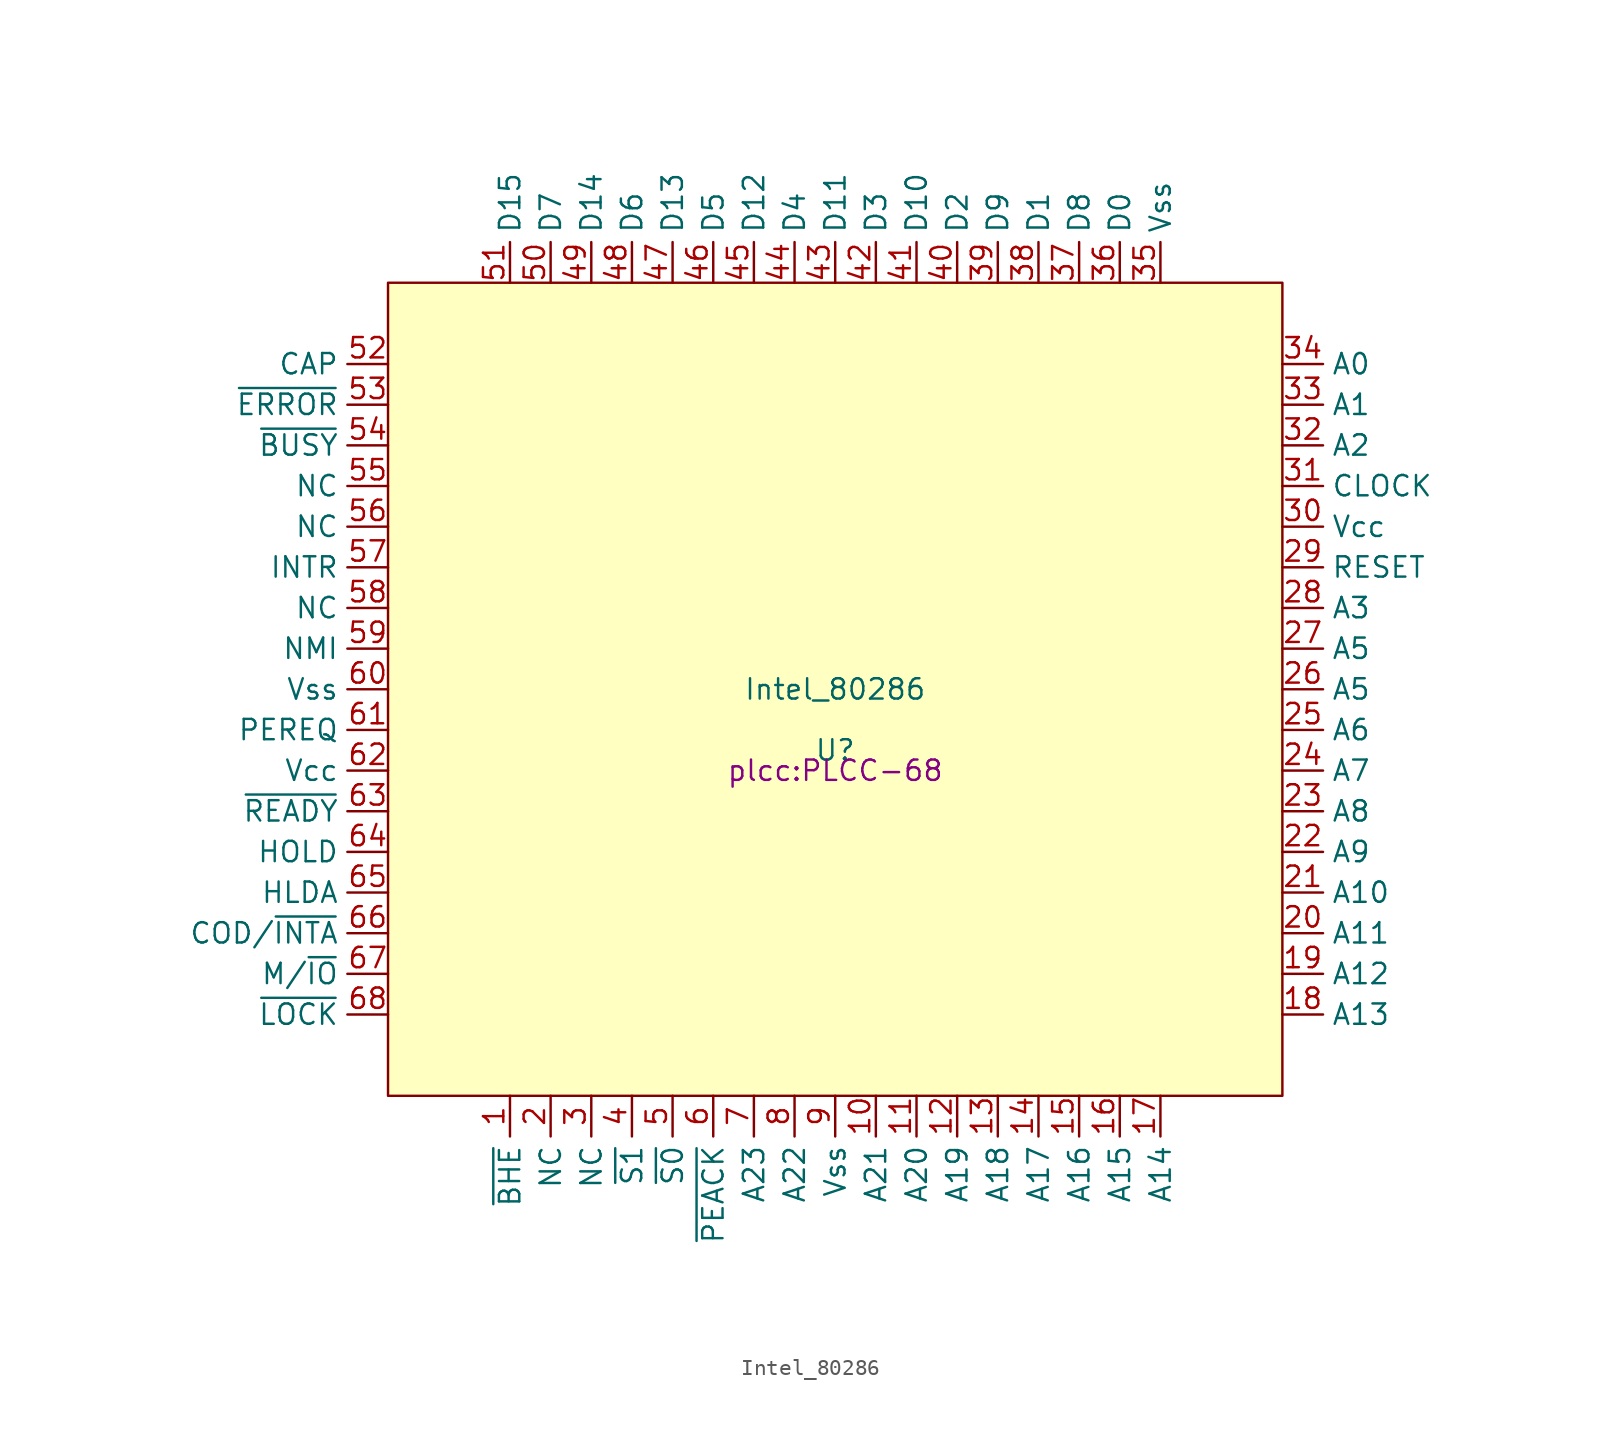
<source format=kicad_sym>
(kicad_symbol_lib
  (version 20241209)
  (generator "kicad_symbol_editor")
  (generator_version "9.0")
  (symbol "Intel_80286"
    (property "Reference" "U"
      (at -1.27 -3.81 0)
      (effects (font (size 1.27 1.27))))
    (property "Value" "Intel_80286"
      (at -1.27 0 0)
      (effects (font (size 1.27 1.27))))
    (property "Footprint" "plcc:PLCC-68"
      (at -1.27 -5.08 0)
      (effects (font (size 1.27 1.27))))
    (symbol "Intel_80286_0_1"
      (rectangle (start -29.21 25.4) (end 26.67 -25.4) (stroke (width 0) (type default)) (fill (type background))))
    (symbol "Intel_80286_1_1"
      (pin input line (at -29.21 20.32 180) (length 2.54) (name "CAP" (effects (font (size 1.27 1.27)))) (number "52" (effects (font (size 1.27 1.27)))))
      (pin input line (at -29.21 17.78 180) (length 2.54) (name "~{ERROR}" (effects (font (size 1.27 1.27)))) (number "53" (effects (font (size 1.27 1.27)))))
      (pin input line (at -29.21 15.24 180) (length 2.54) (name "~{BUSY}" (effects (font (size 1.27 1.27)))) (number "54" (effects (font (size 1.27 1.27)))))
      (pin input line (at -29.21 12.7 180) (length 2.54) (name "NC" (effects (font (size 1.27 1.27)))) (number "55" (effects (font (size 1.27 1.27)))))
      (pin input line (at -29.21 10.16 180) (length 2.54) (name "NC" (effects (font (size 1.27 1.27)))) (number "56" (effects (font (size 1.27 1.27)))))
      (pin input line (at -29.21 7.62 180) (length 2.54) (name "INTR" (effects (font (size 1.27 1.27)))) (number "57" (effects (font (size 1.27 1.27)))))
      (pin input line (at -29.21 5.08 180) (length 2.54) (name "NC" (effects (font (size 1.27 1.27)))) (number "58" (effects (font (size 1.27 1.27)))))
      (pin input line (at -29.21 2.54 180) (length 2.54) (name "NMI" (effects (font (size 1.27 1.27)))) (number "59" (effects (font (size 1.27 1.27)))))
      (pin power_in line (at -29.21 0 180) (length 2.54) (name "Vss" (effects (font (size 1.27 1.27)))) (number "60" (effects (font (size 1.27 1.27)))))
      (pin input line (at -29.21 -2.54 180) (length 2.54) (name "PEREQ" (effects (font (size 1.27 1.27)))) (number "61" (effects (font (size 1.27 1.27)))))
      (pin power_in line (at -29.21 -5.08 180) (length 2.54) (name "Vcc" (effects (font (size 1.27 1.27)))) (number "62" (effects (font (size 1.27 1.27)))))
      (pin input line (at -29.21 -7.62 180) (length 2.54) (name "~{READY}" (effects (font (size 1.27 1.27)))) (number "63" (effects (font (size 1.27 1.27)))))
      (pin input line (at -29.21 -10.16 180) (length 2.54) (name "HOLD" (effects (font (size 1.27 1.27)))) (number "64" (effects (font (size 1.27 1.27)))))
      (pin output line (at -29.21 -12.7 180) (length 2.54) (name "HLDA" (effects (font (size 1.27 1.27)))) (number "65" (effects (font (size 1.27 1.27)))))
      (pin output line (at -29.21 -15.24 180) (length 2.54) (name "COD/~{INTA}" (effects (font (size 1.27 1.27)))) (number "66" (effects (font (size 1.27 1.27)))))
      (pin output line (at -29.21 -17.78 180) (length 2.54) (name "M/~{IO}" (effects (font (size 1.27 1.27)))) (number "67" (effects (font (size 1.27 1.27)))))
      (pin output line (at -29.21 -20.32 180) (length 2.54) (name "~{LOCK}" (effects (font (size 1.27 1.27)))) (number "68" (effects (font (size 1.27 1.27)))))
      (pin bidirectional line (at -21.59 25.4 90) (length 2.54) (name "D15" (effects (font (size 1.27 1.27)))) (number "51" (effects (font (size 1.27 1.27)))))
      (pin output line (at -21.59 -25.4 270) (length 2.54) (name "~{BHE}" (effects (font (size 1.27 1.27)))) (number "1" (effects (font (size 1.27 1.27)))))
      (pin bidirectional line (at -19.05 25.4 90) (length 2.54) (name "D7" (effects (font (size 1.27 1.27)))) (number "50" (effects (font (size 1.27 1.27)))))
      (pin input line (at -19.05 -25.4 270) (length 2.54) (name "NC" (effects (font (size 1.27 1.27)))) (number "2" (effects (font (size 1.27 1.27)))))
      (pin bidirectional line (at -16.51 25.4 90) (length 2.54) (name "D14" (effects (font (size 1.27 1.27)))) (number "49" (effects (font (size 1.27 1.27)))))
      (pin input line (at -16.51 -25.4 270) (length 2.54) (name "NC" (effects (font (size 1.27 1.27)))) (number "3" (effects (font (size 1.27 1.27)))))
      (pin bidirectional line (at -13.97 25.4 90) (length 2.54) (name "D6" (effects (font (size 1.27 1.27)))) (number "48" (effects (font (size 1.27 1.27)))))
      (pin output line (at -13.97 -25.4 270) (length 2.54) (name "~{S1}" (effects (font (size 1.27 1.27)))) (number "4" (effects (font (size 1.27 1.27)))))
      (pin bidirectional line (at -11.43 25.4 90) (length 2.54) (name "D13" (effects (font (size 1.27 1.27)))) (number "47" (effects (font (size 1.27 1.27)))))
      (pin output line (at -11.43 -25.4 270) (length 2.54) (name "~{S0}" (effects (font (size 1.27 1.27)))) (number "5" (effects (font (size 1.27 1.27)))))
      (pin bidirectional line (at -8.89 25.4 90) (length 2.54) (name "D5" (effects (font (size 1.27 1.27)))) (number "46" (effects (font (size 1.27 1.27)))))
      (pin output line (at -8.89 -25.4 270) (length 2.54) (name "~{PEACK}" (effects (font (size 1.27 1.27)))) (number "6" (effects (font (size 1.27 1.27)))))
      (pin bidirectional line (at -6.35 25.4 90) (length 2.54) (name "D12" (effects (font (size 1.27 1.27)))) (number "45" (effects (font (size 1.27 1.27)))))
      (pin output line (at -6.35 -25.4 270) (length 2.54) (name "A23" (effects (font (size 1.27 1.27)))) (number "7" (effects (font (size 1.27 1.27)))))
      (pin bidirectional line (at -3.81 25.4 90) (length 2.54) (name "D4" (effects (font (size 1.27 1.27)))) (number "44" (effects (font (size 1.27 1.27)))))
      (pin output line (at -3.81 -25.4 270) (length 2.54) (name "A22" (effects (font (size 1.27 1.27)))) (number "8" (effects (font (size 1.27 1.27)))))
      (pin bidirectional line (at -1.27 25.4 90) (length 2.54) (name "D11" (effects (font (size 1.27 1.27)))) (number "43" (effects (font (size 1.27 1.27)))))
      (pin power_in line (at -1.27 -25.4 270) (length 2.54) (name "Vss" (effects (font (size 1.27 1.27)))) (number "9" (effects (font (size 1.27 1.27)))))
      (pin bidirectional line (at 1.27 25.4 90) (length 2.54) (name "D3" (effects (font (size 1.27 1.27)))) (number "42" (effects (font (size 1.27 1.27)))))
      (pin output line (at 1.27 -25.4 270) (length 2.54) (name "A21" (effects (font (size 1.27 1.27)))) (number "10" (effects (font (size 1.27 1.27)))))
      (pin bidirectional line (at 3.81 25.4 90) (length 2.54) (name "D10" (effects (font (size 1.27 1.27)))) (number "41" (effects (font (size 1.27 1.27)))))
      (pin output line (at 3.81 -25.4 270) (length 2.54) (name "A20" (effects (font (size 1.27 1.27)))) (number "11" (effects (font (size 1.27 1.27)))))
      (pin bidirectional line (at 6.35 25.4 90) (length 2.54) (name "D2" (effects (font (size 1.27 1.27)))) (number "40" (effects (font (size 1.27 1.27)))))
      (pin output line (at 6.35 -25.4 270) (length 2.54) (name "A19" (effects (font (size 1.27 1.27)))) (number "12" (effects (font (size 1.27 1.27)))))
      (pin bidirectional line (at 8.89 25.4 90) (length 2.54) (name "D9" (effects (font (size 1.27 1.27)))) (number "39" (effects (font (size 1.27 1.27)))))
      (pin output line (at 8.89 -25.4 270) (length 2.54) (name "A18" (effects (font (size 1.27 1.27)))) (number "13" (effects (font (size 1.27 1.27)))))
      (pin bidirectional line (at 11.43 25.4 90) (length 2.54) (name "D1" (effects (font (size 1.27 1.27)))) (number "38" (effects (font (size 1.27 1.27)))))
      (pin output line (at 11.43 -25.4 270) (length 2.54) (name "A17" (effects (font (size 1.27 1.27)))) (number "14" (effects (font (size 1.27 1.27)))))
      (pin bidirectional line (at 13.97 25.4 90) (length 2.54) (name "D8" (effects (font (size 1.27 1.27)))) (number "37" (effects (font (size 1.27 1.27)))))
      (pin output line (at 13.97 -25.4 270) (length 2.54) (name "A16" (effects (font (size 1.27 1.27)))) (number "15" (effects (font (size 1.27 1.27)))))
      (pin bidirectional line (at 16.51 25.4 90) (length 2.54) (name "D0" (effects (font (size 1.27 1.27)))) (number "36" (effects (font (size 1.27 1.27)))))
      (pin output line (at 16.51 -25.4 270) (length 2.54) (name "A15" (effects (font (size 1.27 1.27)))) (number "16" (effects (font (size 1.27 1.27)))))
      (pin power_in line (at 19.05 25.4 90) (length 2.54) (name "Vss" (effects (font (size 1.27 1.27)))) (number "35" (effects (font (size 1.27 1.27)))))
      (pin output line (at 19.05 -25.4 270) (length 2.54) (name "A14" (effects (font (size 1.27 1.27)))) (number "17" (effects (font (size 1.27 1.27)))))
      (pin output line (at 26.67 20.32 0) (length 2.54) (name "A0" (effects (font (size 1.27 1.27)))) (number "34" (effects (font (size 1.27 1.27)))))
      (pin output line (at 26.67 17.78 0) (length 2.54) (name "A1" (effects (font (size 1.27 1.27)))) (number "33" (effects (font (size 1.27 1.27)))))
      (pin output line (at 26.67 15.24 0) (length 2.54) (name "A2" (effects (font (size 1.27 1.27)))) (number "32" (effects (font (size 1.27 1.27)))))
      (pin input line (at 26.67 12.7 0) (length 2.54) (name "CLOCK" (effects (font (size 1.27 1.27)))) (number "31" (effects (font (size 1.27 1.27)))))
      (pin power_in line (at 26.67 10.16 0) (length 2.54) (name "Vcc" (effects (font (size 1.27 1.27)))) (number "30" (effects (font (size 1.27 1.27)))))
      (pin input line (at 26.67 7.62 0) (length 2.54) (name "RESET" (effects (font (size 1.27 1.27)))) (number "29" (effects (font (size 1.27 1.27)))))
      (pin output line (at 26.67 5.08 0) (length 2.54) (name "A3" (effects (font (size 1.27 1.27)))) (number "28" (effects (font (size 1.27 1.27)))))
      (pin output line (at 26.67 2.54 0) (length 2.54) (name "A5" (effects (font (size 1.27 1.27)))) (number "27" (effects (font (size 1.27 1.27)))))
      (pin output line (at 26.67 0 0) (length 2.54) (name "A5" (effects (font (size 1.27 1.27)))) (number "26" (effects (font (size 1.27 1.27)))))
      (pin output line (at 26.67 -2.54 0) (length 2.54) (name "A6" (effects (font (size 1.27 1.27)))) (number "25" (effects (font (size 1.27 1.27)))))
      (pin output line (at 26.67 -5.08 0) (length 2.54) (name "A7" (effects (font (size 1.27 1.27)))) (number "24" (effects (font (size 1.27 1.27)))))
      (pin output line (at 26.67 -7.62 0) (length 2.54) (name "A8" (effects (font (size 1.27 1.27)))) (number "23" (effects (font (size 1.27 1.27)))))
      (pin output line (at 26.67 -10.16 0) (length 2.54) (name "A9" (effects (font (size 1.27 1.27)))) (number "22" (effects (font (size 1.27 1.27)))))
      (pin output line (at 26.67 -12.7 0) (length 2.54) (name "A10" (effects (font (size 1.27 1.27)))) (number "21" (effects (font (size 1.27 1.27)))))
      (pin output line (at 26.67 -15.24 0) (length 2.54) (name "A11" (effects (font (size 1.27 1.27)))) (number "20" (effects (font (size 1.27 1.27)))))
      (pin output line (at 26.67 -17.78 0) (length 2.54) (name "A12" (effects (font (size 1.27 1.27)))) (number "19" (effects (font (size 1.27 1.27)))))
      (pin output line (at 26.67 -20.32 0) (length 2.54) (name "A13" (effects (font (size 1.27 1.27)))) (number "18" (effects (font (size 1.27 1.27))))))))
</source>
